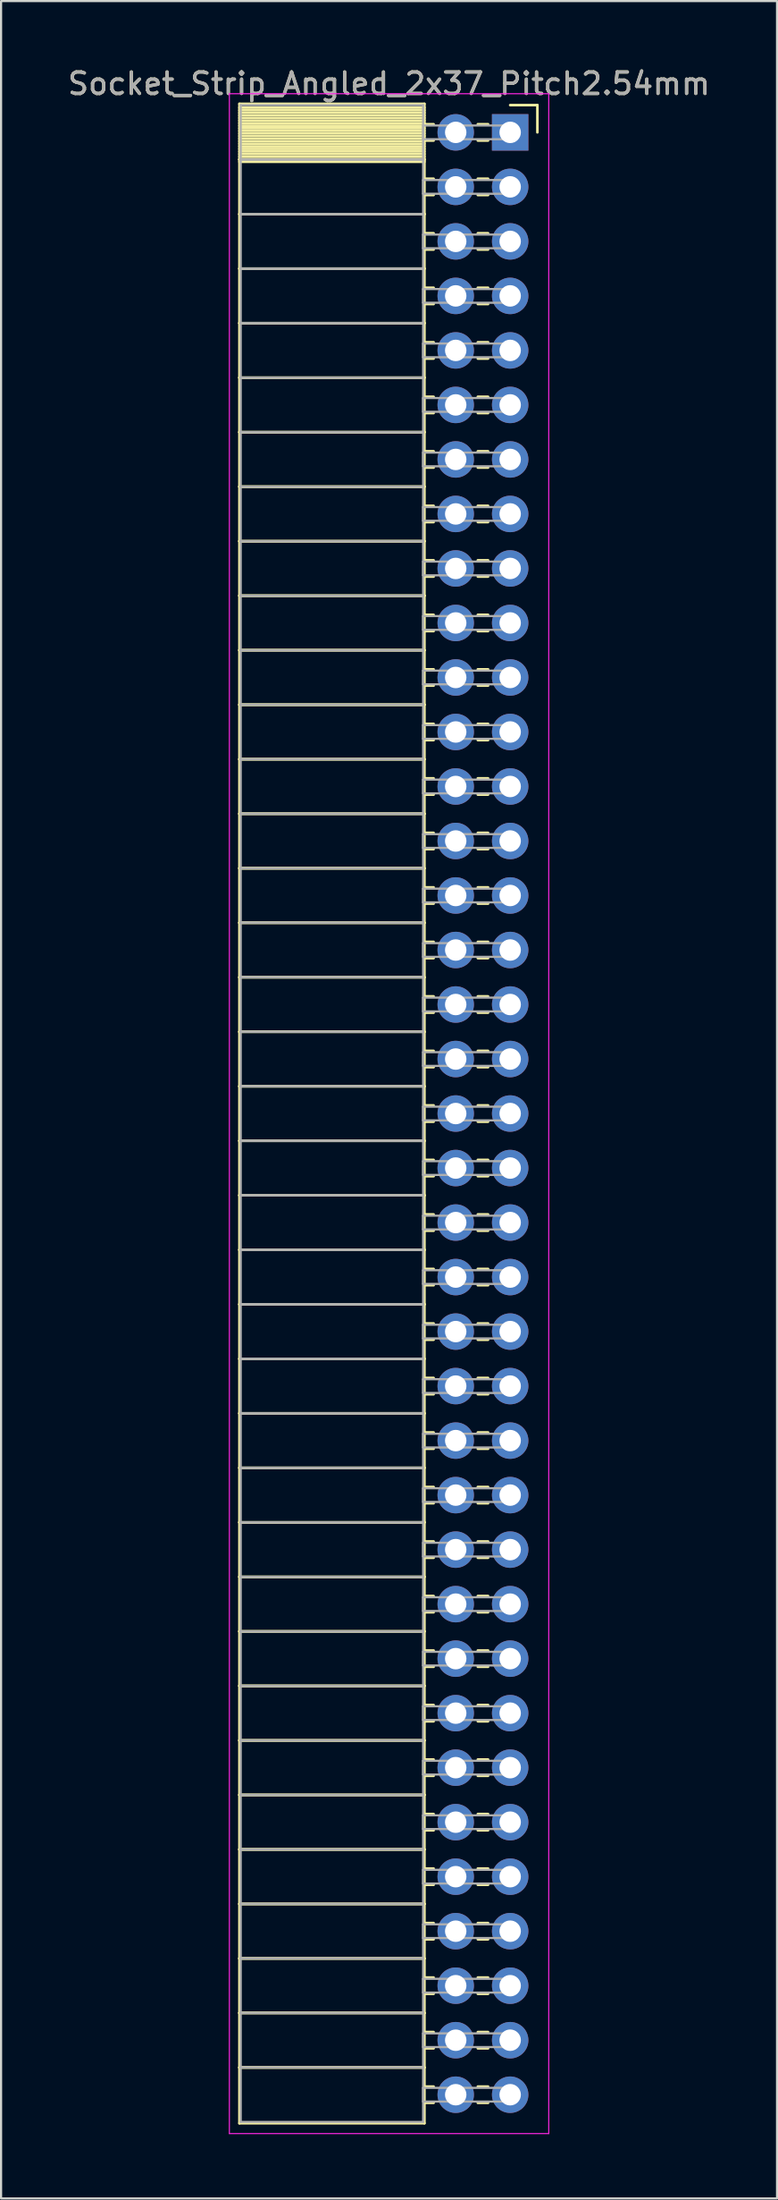
<source format=kicad_pcb>
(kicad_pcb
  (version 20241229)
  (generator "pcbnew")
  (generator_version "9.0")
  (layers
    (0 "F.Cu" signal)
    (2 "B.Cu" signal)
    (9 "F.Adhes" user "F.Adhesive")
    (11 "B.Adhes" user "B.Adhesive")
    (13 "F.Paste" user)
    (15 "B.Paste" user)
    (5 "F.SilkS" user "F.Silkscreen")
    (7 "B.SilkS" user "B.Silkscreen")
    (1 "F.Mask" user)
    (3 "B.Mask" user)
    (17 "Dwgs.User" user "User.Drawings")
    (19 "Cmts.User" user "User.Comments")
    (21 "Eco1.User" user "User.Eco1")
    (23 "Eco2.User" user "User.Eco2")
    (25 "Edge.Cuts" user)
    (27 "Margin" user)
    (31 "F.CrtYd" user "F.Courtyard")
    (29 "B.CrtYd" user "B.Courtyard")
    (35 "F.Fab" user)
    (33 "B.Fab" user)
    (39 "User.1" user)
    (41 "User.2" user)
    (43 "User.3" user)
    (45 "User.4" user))
  (footprint "Socket_Strip_Angled_2x37_Pitch2.54mm"
    (layer "F.Cu")
    (at 20.751 3.118)
    (property "Reference" "Socket_Strip_Angled_2x37_Pitch2.54mm" (at -5.65 -2.27 0) (layer "F.SilkS") (effects (font (size 1 1) (thickness 0.15))))
    (attr through_hole)
    (fp_line (start -12.63 -1.33) (end -4 -1.33) (stroke (width 0.12) (type solid)) (layer "F.SilkS"))
    (fp_line (start -12.63 1.27) (end -12.63 -1.33) (stroke (width 0.12) (type solid)) (layer "F.SilkS"))
    (fp_line (start -12.63 1.27) (end -4 1.27) (stroke (width 0.12) (type solid)) (layer "F.SilkS"))
    (fp_line (start -12.63 3.81) (end -12.63 1.27) (stroke (width 0.12) (type solid)) (layer "F.SilkS"))
    (fp_line (start -12.63 3.81) (end -4 3.81) (stroke (width 0.12) (type solid)) (layer "F.SilkS"))
    (fp_line (start -12.63 6.35) (end -12.63 3.81) (stroke (width 0.12) (type solid)) (layer "F.SilkS"))
    (fp_line (start -12.63 6.35) (end -4 6.35) (stroke (width 0.12) (type solid)) (layer "F.SilkS"))
    (fp_line (start -12.63 8.89) (end -12.63 6.35) (stroke (width 0.12) (type solid)) (layer "F.SilkS"))
    (fp_line (start -12.63 8.89) (end -4 8.89) (stroke (width 0.12) (type solid)) (layer "F.SilkS"))
    (fp_line (start -12.63 11.43) (end -12.63 8.89) (stroke (width 0.12) (type solid)) (layer "F.SilkS"))
    (fp_line (start -12.63 11.43) (end -4 11.43) (stroke (width 0.12) (type solid)) (layer "F.SilkS"))
    (fp_line (start -12.63 13.97) (end -12.63 11.43) (stroke (width 0.12) (type solid)) (layer "F.SilkS"))
    (fp_line (start -12.63 13.97) (end -4 13.97) (stroke (width 0.12) (type solid)) (layer "F.SilkS"))
    (fp_line (start -12.63 16.51) (end -12.63 13.97) (stroke (width 0.12) (type solid)) (layer "F.SilkS"))
    (fp_line (start -12.63 16.51) (end -4 16.51) (stroke (width 0.12) (type solid)) (layer "F.SilkS"))
    (fp_line (start -12.63 19.05) (end -12.63 16.51) (stroke (width 0.12) (type solid)) (layer "F.SilkS"))
    (fp_line (start -12.63 19.05) (end -4 19.05) (stroke (width 0.12) (type solid)) (layer "F.SilkS"))
    (fp_line (start -12.63 21.59) (end -12.63 19.05) (stroke (width 0.12) (type solid)) (layer "F.SilkS"))
    (fp_line (start -12.63 21.59) (end -4 21.59) (stroke (width 0.12) (type solid)) (layer "F.SilkS"))
    (fp_line (start -12.63 24.13) (end -12.63 21.59) (stroke (width 0.12) (type solid)) (layer "F.SilkS"))
    (fp_line (start -12.63 24.13) (end -4 24.13) (stroke (width 0.12) (type solid)) (layer "F.SilkS"))
    (fp_line (start -12.63 26.67) (end -12.63 24.13) (stroke (width 0.12) (type solid)) (layer "F.SilkS"))
    (fp_line (start -12.63 26.67) (end -4 26.67) (stroke (width 0.12) (type solid)) (layer "F.SilkS"))
    (fp_line (start -12.63 29.21) (end -12.63 26.67) (stroke (width 0.12) (type solid)) (layer "F.SilkS"))
    (fp_line (start -12.63 29.21) (end -4 29.21) (stroke (width 0.12) (type solid)) (layer "F.SilkS"))
    (fp_line (start -12.63 31.75) (end -12.63 29.21) (stroke (width 0.12) (type solid)) (layer "F.SilkS"))
    (fp_line (start -12.63 31.75) (end -4 31.75) (stroke (width 0.12) (type solid)) (layer "F.SilkS"))
    (fp_line (start -12.63 34.29) (end -12.63 31.75) (stroke (width 0.12) (type solid)) (layer "F.SilkS"))
    (fp_line (start -12.63 34.29) (end -4 34.29) (stroke (width 0.12) (type solid)) (layer "F.SilkS"))
    (fp_line (start -12.63 36.83) (end -12.63 34.29) (stroke (width 0.12) (type solid)) (layer "F.SilkS"))
    (fp_line (start -12.63 36.83) (end -4 36.83) (stroke (width 0.12) (type solid)) (layer "F.SilkS"))
    (fp_line (start -12.63 39.37) (end -12.63 36.83) (stroke (width 0.12) (type solid)) (layer "F.SilkS"))
    (fp_line (start -12.63 39.37) (end -4 39.37) (stroke (width 0.12) (type solid)) (layer "F.SilkS"))
    (fp_line (start -12.63 41.91) (end -12.63 39.37) (stroke (width 0.12) (type solid)) (layer "F.SilkS"))
    (fp_line (start -12.63 41.91) (end -4 41.91) (stroke (width 0.12) (type solid)) (layer "F.SilkS"))
    (fp_line (start -12.63 44.45) (end -12.63 41.91) (stroke (width 0.12) (type solid)) (layer "F.SilkS"))
    (fp_line (start -12.63 44.45) (end -4 44.45) (stroke (width 0.12) (type solid)) (layer "F.SilkS"))
    (fp_line (start -12.63 46.99) (end -12.63 44.45) (stroke (width 0.12) (type solid)) (layer "F.SilkS"))
    (fp_line (start -12.63 46.99) (end -4 46.99) (stroke (width 0.12) (type solid)) (layer "F.SilkS"))
    (fp_line (start -12.63 49.53) (end -12.63 46.99) (stroke (width 0.12) (type solid)) (layer "F.SilkS"))
    (fp_line (start -12.63 49.53) (end -4 49.53) (stroke (width 0.12) (type solid)) (layer "F.SilkS"))
    (fp_line (start -12.63 52.07) (end -12.63 49.53) (stroke (width 0.12) (type solid)) (layer "F.SilkS"))
    (fp_line (start -12.63 52.07) (end -4 52.07) (stroke (width 0.12) (type solid)) (layer "F.SilkS"))
    (fp_line (start -12.63 54.61) (end -12.63 52.07) (stroke (width 0.12) (type solid)) (layer "F.SilkS"))
    (fp_line (start -12.63 54.61) (end -4 54.61) (stroke (width 0.12) (type solid)) (layer "F.SilkS"))
    (fp_line (start -12.63 57.15) (end -12.63 54.61) (stroke (width 0.12) (type solid)) (layer "F.SilkS"))
    (fp_line (start -12.63 57.15) (end -4 57.15) (stroke (width 0.12) (type solid)) (layer "F.SilkS"))
    (fp_line (start -12.63 59.69) (end -12.63 57.15) (stroke (width 0.12) (type solid)) (layer "F.SilkS"))
    (fp_line (start -12.63 59.69) (end -4 59.69) (stroke (width 0.12) (type solid)) (layer "F.SilkS"))
    (fp_line (start -12.63 62.23) (end -12.63 59.69) (stroke (width 0.12) (type solid)) (layer "F.SilkS"))
    (fp_line (start -12.63 62.23) (end -4 62.23) (stroke (width 0.12) (type solid)) (layer "F.SilkS"))
    (fp_line (start -12.63 64.77) (end -12.63 62.23) (stroke (width 0.12) (type solid)) (layer "F.SilkS"))
    (fp_line (start -12.63 64.77) (end -4 64.77) (stroke (width 0.12) (type solid)) (layer "F.SilkS"))
    (fp_line (start -12.63 67.31) (end -12.63 64.77) (stroke (width 0.12) (type solid)) (layer "F.SilkS"))
    (fp_line (start -12.63 67.31) (end -4 67.31) (stroke (width 0.12) (type solid)) (layer "F.SilkS"))
    (fp_line (start -12.63 69.85) (end -12.63 67.31) (stroke (width 0.12) (type solid)) (layer "F.SilkS"))
    (fp_line (start -12.63 69.85) (end -4 69.85) (stroke (width 0.12) (type solid)) (layer "F.SilkS"))
    (fp_line (start -12.63 72.39) (end -12.63 69.85) (stroke (width 0.12) (type solid)) (layer "F.SilkS"))
    (fp_line (start -12.63 72.39) (end -4 72.39) (stroke (width 0.12) (type solid)) (layer "F.SilkS"))
    (fp_line (start -12.63 74.93) (end -12.63 72.39) (stroke (width 0.12) (type solid)) (layer "F.SilkS"))
    (fp_line (start -12.63 74.93) (end -4 74.93) (stroke (width 0.12) (type solid)) (layer "F.SilkS"))
    (fp_line (start -12.63 77.47) (end -12.63 74.93) (stroke (width 0.12) (type solid)) (layer "F.SilkS"))
    (fp_line (start -12.63 77.47) (end -4 77.47) (stroke (width 0.12) (type solid)) (layer "F.SilkS"))
    (fp_line (start -12.63 80.01) (end -12.63 77.47) (stroke (width 0.12) (type solid)) (layer "F.SilkS"))
    (fp_line (start -12.63 80.01) (end -4 80.01) (stroke (width 0.12) (type solid)) (layer "F.SilkS"))
    (fp_line (start -12.63 82.55) (end -12.63 80.01) (stroke (width 0.12) (type solid)) (layer "F.SilkS"))
    (fp_line (start -12.63 82.55) (end -4 82.55) (stroke (width 0.12) (type solid)) (layer "F.SilkS"))
    (fp_line (start -12.63 85.09) (end -12.63 82.55) (stroke (width 0.12) (type solid)) (layer "F.SilkS"))
    (fp_line (start -12.63 85.09) (end -4 85.09) (stroke (width 0.12) (type solid)) (layer "F.SilkS"))
    (fp_line (start -12.63 87.63) (end -12.63 85.09) (stroke (width 0.12) (type solid)) (layer "F.SilkS"))
    (fp_line (start -12.63 87.63) (end -4 87.63) (stroke (width 0.12) (type solid)) (layer "F.SilkS"))
    (fp_line (start -12.63 90.17) (end -12.63 87.63) (stroke (width 0.12) (type solid)) (layer "F.SilkS"))
    (fp_line (start -12.63 90.17) (end -4 90.17) (stroke (width 0.12) (type solid)) (layer "F.SilkS"))
    (fp_line (start -12.63 92.77) (end -12.63 90.17) (stroke (width 0.12) (type solid)) (layer "F.SilkS"))
    (fp_line (start -4 -1.33) (end -4 1.27) (stroke (width 0.12) (type solid)) (layer "F.SilkS"))
    (fp_line (start -4 -1.15) (end -12.63 -1.15) (stroke (width 0.12) (type solid)) (layer "F.SilkS"))
    (fp_line (start -4 -1.03) (end -12.63 -1.03) (stroke (width 0.12) (type solid)) (layer "F.SilkS"))
    (fp_line (start -4 -0.91) (end -12.63 -0.91) (stroke (width 0.12) (type solid)) (layer "F.SilkS"))
    (fp_line (start -4 -0.79) (end -12.63 -0.79) (stroke (width 0.12) (type solid)) (layer "F.SilkS"))
    (fp_line (start -4 -0.67) (end -12.63 -0.67) (stroke (width 0.12) (type solid)) (layer "F.SilkS"))
    (fp_line (start -4 -0.55) (end -12.63 -0.55) (stroke (width 0.12) (type solid)) (layer "F.SilkS"))
    (fp_line (start -4 -0.43) (end -12.63 -0.43) (stroke (width 0.12) (type solid)) (layer "F.SilkS"))
    (fp_line (start -4 -0.31) (end -12.63 -0.31) (stroke (width 0.12) (type solid)) (layer "F.SilkS"))
    (fp_line (start -4 -0.19) (end -12.63 -0.19) (stroke (width 0.12) (type solid)) (layer "F.SilkS"))
    (fp_line (start -4 -0.07) (end -12.63 -0.07) (stroke (width 0.12) (type solid)) (layer "F.SilkS"))
    (fp_line (start -4 0.05) (end -12.63 0.05) (stroke (width 0.12) (type solid)) (layer "F.SilkS"))
    (fp_line (start -4 0.17) (end -12.63 0.17) (stroke (width 0.12) (type solid)) (layer "F.SilkS"))
    (fp_line (start -4 0.29) (end -12.63 0.29) (stroke (width 0.12) (type solid)) (layer "F.SilkS"))
    (fp_line (start -4 0.41) (end -12.63 0.41) (stroke (width 0.12) (type solid)) (layer "F.SilkS"))
    (fp_line (start -4 0.53) (end -12.63 0.53) (stroke (width 0.12) (type solid)) (layer "F.SilkS"))
    (fp_line (start -4 0.65) (end -12.63 0.65) (stroke (width 0.12) (type solid)) (layer "F.SilkS"))
    (fp_line (start -4 0.77) (end -12.63 0.77) (stroke (width 0.12) (type solid)) (layer "F.SilkS"))
    (fp_line (start -4 0.89) (end -12.63 0.89) (stroke (width 0.12) (type solid)) (layer "F.SilkS"))
    (fp_line (start -4 1.01) (end -12.63 1.01) (stroke (width 0.12) (type solid)) (layer "F.SilkS"))
    (fp_line (start -4 1.13) (end -12.63 1.13) (stroke (width 0.12) (type solid)) (layer "F.SilkS"))
    (fp_line (start -4 1.25) (end -12.63 1.25) (stroke (width 0.12) (type solid)) (layer "F.SilkS"))
    (fp_line (start -4 1.27) (end -12.63 1.27) (stroke (width 0.12) (type solid)) (layer "F.SilkS"))
    (fp_line (start -4 1.27) (end -4 3.81) (stroke (width 0.12) (type solid)) (layer "F.SilkS"))
    (fp_line (start -4 1.37) (end -12.63 1.37) (stroke (width 0.12) (type solid)) (layer "F.SilkS"))
    (fp_line (start -4 3.81) (end -12.63 3.81) (stroke (width 0.12) (type solid)) (layer "F.SilkS"))
    (fp_line (start -4 3.81) (end -4 6.35) (stroke (width 0.12) (type solid)) (layer "F.SilkS"))
    (fp_line (start -4 6.35) (end -12.63 6.35) (stroke (width 0.12) (type solid)) (layer "F.SilkS"))
    (fp_line (start -4 6.35) (end -4 8.89) (stroke (width 0.12) (type solid)) (layer "F.SilkS"))
    (fp_line (start -4 8.89) (end -12.63 8.89) (stroke (width 0.12) (type solid)) (layer "F.SilkS"))
    (fp_line (start -4 8.89) (end -4 11.43) (stroke (width 0.12) (type solid)) (layer "F.SilkS"))
    (fp_line (start -4 11.43) (end -12.63 11.43) (stroke (width 0.12) (type solid)) (layer "F.SilkS"))
    (fp_line (start -4 11.43) (end -4 13.97) (stroke (width 0.12) (type solid)) (layer "F.SilkS"))
    (fp_line (start -4 13.97) (end -12.63 13.97) (stroke (width 0.12) (type solid)) (layer "F.SilkS"))
    (fp_line (start -4 13.97) (end -4 16.51) (stroke (width 0.12) (type solid)) (layer "F.SilkS"))
    (fp_line (start -4 16.51) (end -12.63 16.51) (stroke (width 0.12) (type solid)) (layer "F.SilkS"))
    (fp_line (start -4 16.51) (end -4 19.05) (stroke (width 0.12) (type solid)) (layer "F.SilkS"))
    (fp_line (start -4 19.05) (end -12.63 19.05) (stroke (width 0.12) (type solid)) (layer "F.SilkS"))
    (fp_line (start -4 19.05) (end -4 21.59) (stroke (width 0.12) (type solid)) (layer "F.SilkS"))
    (fp_line (start -4 21.59) (end -12.63 21.59) (stroke (width 0.12) (type solid)) (layer "F.SilkS"))
    (fp_line (start -4 21.59) (end -4 24.13) (stroke (width 0.12) (type solid)) (layer "F.SilkS"))
    (fp_line (start -4 24.13) (end -12.63 24.13) (stroke (width 0.12) (type solid)) (layer "F.SilkS"))
    (fp_line (start -4 24.13) (end -4 26.67) (stroke (width 0.12) (type solid)) (layer "F.SilkS"))
    (fp_line (start -4 26.67) (end -12.63 26.67) (stroke (width 0.12) (type solid)) (layer "F.SilkS"))
    (fp_line (start -4 26.67) (end -4 29.21) (stroke (width 0.12) (type solid)) (layer "F.SilkS"))
    (fp_line (start -4 29.21) (end -12.63 29.21) (stroke (width 0.12) (type solid)) (layer "F.SilkS"))
    (fp_line (start -4 29.21) (end -4 31.75) (stroke (width 0.12) (type solid)) (layer "F.SilkS"))
    (fp_line (start -4 31.75) (end -12.63 31.75) (stroke (width 0.12) (type solid)) (layer "F.SilkS"))
    (fp_line (start -4 31.75) (end -4 34.29) (stroke (width 0.12) (type solid)) (layer "F.SilkS"))
    (fp_line (start -4 34.29) (end -12.63 34.29) (stroke (width 0.12) (type solid)) (layer "F.SilkS"))
    (fp_line (start -4 34.29) (end -4 36.83) (stroke (width 0.12) (type solid)) (layer "F.SilkS"))
    (fp_line (start -4 36.83) (end -12.63 36.83) (stroke (width 0.12) (type solid)) (layer "F.SilkS"))
    (fp_line (start -4 36.83) (end -4 39.37) (stroke (width 0.12) (type solid)) (layer "F.SilkS"))
    (fp_line (start -4 39.37) (end -12.63 39.37) (stroke (width 0.12) (type solid)) (layer "F.SilkS"))
    (fp_line (start -4 39.37) (end -4 41.91) (stroke (width 0.12) (type solid)) (layer "F.SilkS"))
    (fp_line (start -4 41.91) (end -12.63 41.91) (stroke (width 0.12) (type solid)) (layer "F.SilkS"))
    (fp_line (start -4 41.91) (end -4 44.45) (stroke (width 0.12) (type solid)) (layer "F.SilkS"))
    (fp_line (start -4 44.45) (end -12.63 44.45) (stroke (width 0.12) (type solid)) (layer "F.SilkS"))
    (fp_line (start -4 44.45) (end -4 46.99) (stroke (width 0.12) (type solid)) (layer "F.SilkS"))
    (fp_line (start -4 46.99) (end -12.63 46.99) (stroke (width 0.12) (type solid)) (layer "F.SilkS"))
    (fp_line (start -4 46.99) (end -4 49.53) (stroke (width 0.12) (type solid)) (layer "F.SilkS"))
    (fp_line (start -4 49.53) (end -12.63 49.53) (stroke (width 0.12) (type solid)) (layer "F.SilkS"))
    (fp_line (start -4 49.53) (end -4 52.07) (stroke (width 0.12) (type solid)) (layer "F.SilkS"))
    (fp_line (start -4 52.07) (end -12.63 52.07) (stroke (width 0.12) (type solid)) (layer "F.SilkS"))
    (fp_line (start -4 52.07) (end -4 54.61) (stroke (width 0.12) (type solid)) (layer "F.SilkS"))
    (fp_line (start -4 54.61) (end -12.63 54.61) (stroke (width 0.12) (type solid)) (layer "F.SilkS"))
    (fp_line (start -4 54.61) (end -4 57.15) (stroke (width 0.12) (type solid)) (layer "F.SilkS"))
    (fp_line (start -4 57.15) (end -12.63 57.15) (stroke (width 0.12) (type solid)) (layer "F.SilkS"))
    (fp_line (start -4 57.15) (end -4 59.69) (stroke (width 0.12) (type solid)) (layer "F.SilkS"))
    (fp_line (start -4 59.69) (end -12.63 59.69) (stroke (width 0.12) (type solid)) (layer "F.SilkS"))
    (fp_line (start -4 59.69) (end -4 62.23) (stroke (width 0.12) (type solid)) (layer "F.SilkS"))
    (fp_line (start -4 62.23) (end -12.63 62.23) (stroke (width 0.12) (type solid)) (layer "F.SilkS"))
    (fp_line (start -4 62.23) (end -4 64.77) (stroke (width 0.12) (type solid)) (layer "F.SilkS"))
    (fp_line (start -4 64.77) (end -12.63 64.77) (stroke (width 0.12) (type solid)) (layer "F.SilkS"))
    (fp_line (start -4 64.77) (end -4 67.31) (stroke (width 0.12) (type solid)) (layer "F.SilkS"))
    (fp_line (start -4 67.31) (end -12.63 67.31) (stroke (width 0.12) (type solid)) (layer "F.SilkS"))
    (fp_line (start -4 67.31) (end -4 69.85) (stroke (width 0.12) (type solid)) (layer "F.SilkS"))
    (fp_line (start -4 69.85) (end -12.63 69.85) (stroke (width 0.12) (type solid)) (layer "F.SilkS"))
    (fp_line (start -4 69.85) (end -4 72.39) (stroke (width 0.12) (type solid)) (layer "F.SilkS"))
    (fp_line (start -4 72.39) (end -12.63 72.39) (stroke (width 0.12) (type solid)) (layer "F.SilkS"))
    (fp_line (start -4 72.39) (end -4 74.93) (stroke (width 0.12) (type solid)) (layer "F.SilkS"))
    (fp_line (start -4 74.93) (end -12.63 74.93) (stroke (width 0.12) (type solid)) (layer "F.SilkS"))
    (fp_line (start -4 74.93) (end -4 77.47) (stroke (width 0.12) (type solid)) (layer "F.SilkS"))
    (fp_line (start -4 77.47) (end -12.63 77.47) (stroke (width 0.12) (type solid)) (layer "F.SilkS"))
    (fp_line (start -4 77.47) (end -4 80.01) (stroke (width 0.12) (type solid)) (layer "F.SilkS"))
    (fp_line (start -4 80.01) (end -12.63 80.01) (stroke (width 0.12) (type solid)) (layer "F.SilkS"))
    (fp_line (start -4 80.01) (end -4 82.55) (stroke (width 0.12) (type solid)) (layer "F.SilkS"))
    (fp_line (start -4 82.55) (end -12.63 82.55) (stroke (width 0.12) (type solid)) (layer "F.SilkS"))
    (fp_line (start -4 82.55) (end -4 85.09) (stroke (width 0.12) (type solid)) (layer "F.SilkS"))
    (fp_line (start -4 85.09) (end -12.63 85.09) (stroke (width 0.12) (type solid)) (layer "F.SilkS"))
    (fp_line (start -4 85.09) (end -4 87.63) (stroke (width 0.12) (type solid)) (layer "F.SilkS"))
    (fp_line (start -4 87.63) (end -12.63 87.63) (stroke (width 0.12) (type solid)) (layer "F.SilkS"))
    (fp_line (start -4 87.63) (end -4 90.17) (stroke (width 0.12) (type solid)) (layer "F.SilkS"))
    (fp_line (start -4 90.17) (end -12.63 90.17) (stroke (width 0.12) (type solid)) (layer "F.SilkS"))
    (fp_line (start -4 90.17) (end -4 92.77) (stroke (width 0.12) (type solid)) (layer "F.SilkS"))
    (fp_line (start -4 92.77) (end -12.63 92.77) (stroke (width 0.12) (type solid)) (layer "F.SilkS"))
    (fp_line (start -3.57 -0.38) (end -4 -0.38) (stroke (width 0.12) (type solid)) (layer "F.SilkS"))
    (fp_line (start -3.57 0.38) (end -4 0.38) (stroke (width 0.12) (type solid)) (layer "F.SilkS"))
    (fp_line (start -3.57 2.16) (end -4 2.16) (stroke (width 0.12) (type solid)) (layer "F.SilkS"))
    (fp_line (start -3.57 2.92) (end -4 2.92) (stroke (width 0.12) (type solid)) (layer "F.SilkS"))
    (fp_line (start -3.57 4.7) (end -4 4.7) (stroke (width 0.12) (type solid)) (layer "F.SilkS"))
    (fp_line (start -3.57 5.46) (end -4 5.46) (stroke (width 0.12) (type solid)) (layer "F.SilkS"))
    (fp_line (start -3.57 7.24) (end -4 7.24) (stroke (width 0.12) (type solid)) (layer "F.SilkS"))
    (fp_line (start -3.57 8) (end -4 8) (stroke (width 0.12) (type solid)) (layer "F.SilkS"))
    (fp_line (start -3.57 9.78) (end -4 9.78) (stroke (width 0.12) (type solid)) (layer "F.SilkS"))
    (fp_line (start -3.57 10.54) (end -4 10.54) (stroke (width 0.12) (type solid)) (layer "F.SilkS"))
    (fp_line (start -3.57 12.32) (end -4 12.32) (stroke (width 0.12) (type solid)) (layer "F.SilkS"))
    (fp_line (start -3.57 13.08) (end -4 13.08) (stroke (width 0.12) (type solid)) (layer "F.SilkS"))
    (fp_line (start -3.57 14.86) (end -4 14.86) (stroke (width 0.12) (type solid)) (layer "F.SilkS"))
    (fp_line (start -3.57 15.62) (end -4 15.62) (stroke (width 0.12) (type solid)) (layer "F.SilkS"))
    (fp_line (start -3.57 17.4) (end -4 17.4) (stroke (width 0.12) (type solid)) (layer "F.SilkS"))
    (fp_line (start -3.57 18.16) (end -4 18.16) (stroke (width 0.12) (type solid)) (layer "F.SilkS"))
    (fp_line (start -3.57 19.94) (end -4 19.94) (stroke (width 0.12) (type solid)) (layer "F.SilkS"))
    (fp_line (start -3.57 20.7) (end -4 20.7) (stroke (width 0.12) (type solid)) (layer "F.SilkS"))
    (fp_line (start -3.57 22.48) (end -4 22.48) (stroke (width 0.12) (type solid)) (layer "F.SilkS"))
    (fp_line (start -3.57 23.24) (end -4 23.24) (stroke (width 0.12) (type solid)) (layer "F.SilkS"))
    (fp_line (start -3.57 25.02) (end -4 25.02) (stroke (width 0.12) (type solid)) (layer "F.SilkS"))
    (fp_line (start -3.57 25.78) (end -4 25.78) (stroke (width 0.12) (type solid)) (layer "F.SilkS"))
    (fp_line (start -3.57 27.56) (end -4 27.56) (stroke (width 0.12) (type solid)) (layer "F.SilkS"))
    (fp_line (start -3.57 28.32) (end -4 28.32) (stroke (width 0.12) (type solid)) (layer "F.SilkS"))
    (fp_line (start -3.57 30.1) (end -4 30.1) (stroke (width 0.12) (type solid)) (layer "F.SilkS"))
    (fp_line (start -3.57 30.86) (end -4 30.86) (stroke (width 0.12) (type solid)) (layer "F.SilkS"))
    (fp_line (start -3.57 32.64) (end -4 32.64) (stroke (width 0.12) (type solid)) (layer "F.SilkS"))
    (fp_line (start -3.57 33.4) (end -4 33.4) (stroke (width 0.12) (type solid)) (layer "F.SilkS"))
    (fp_line (start -3.57 35.18) (end -4 35.18) (stroke (width 0.12) (type solid)) (layer "F.SilkS"))
    (fp_line (start -3.57 35.94) (end -4 35.94) (stroke (width 0.12) (type solid)) (layer "F.SilkS"))
    (fp_line (start -3.57 37.72) (end -4 37.72) (stroke (width 0.12) (type solid)) (layer "F.SilkS"))
    (fp_line (start -3.57 38.48) (end -4 38.48) (stroke (width 0.12) (type solid)) (layer "F.SilkS"))
    (fp_line (start -3.57 40.26) (end -4 40.26) (stroke (width 0.12) (type solid)) (layer "F.SilkS"))
    (fp_line (start -3.57 41.02) (end -4 41.02) (stroke (width 0.12) (type solid)) (layer "F.SilkS"))
    (fp_line (start -3.57 42.8) (end -4 42.8) (stroke (width 0.12) (type solid)) (layer "F.SilkS"))
    (fp_line (start -3.57 43.56) (end -4 43.56) (stroke (width 0.12) (type solid)) (layer "F.SilkS"))
    (fp_line (start -3.57 45.34) (end -4 45.34) (stroke (width 0.12) (type solid)) (layer "F.SilkS"))
    (fp_line (start -3.57 46.1) (end -4 46.1) (stroke (width 0.12) (type solid)) (layer "F.SilkS"))
    (fp_line (start -3.57 47.88) (end -4 47.88) (stroke (width 0.12) (type solid)) (layer "F.SilkS"))
    (fp_line (start -3.57 48.64) (end -4 48.64) (stroke (width 0.12) (type solid)) (layer "F.SilkS"))
    (fp_line (start -3.57 50.42) (end -4 50.42) (stroke (width 0.12) (type solid)) (layer "F.SilkS"))
    (fp_line (start -3.57 51.18) (end -4 51.18) (stroke (width 0.12) (type solid)) (layer "F.SilkS"))
    (fp_line (start -3.57 52.96) (end -4 52.96) (stroke (width 0.12) (type solid)) (layer "F.SilkS"))
    (fp_line (start -3.57 53.72) (end -4 53.72) (stroke (width 0.12) (type solid)) (layer "F.SilkS"))
    (fp_line (start -3.57 55.5) (end -4 55.5) (stroke (width 0.12) (type solid)) (layer "F.SilkS"))
    (fp_line (start -3.57 56.26) (end -4 56.26) (stroke (width 0.12) (type solid)) (layer "F.SilkS"))
    (fp_line (start -3.57 58.04) (end -4 58.04) (stroke (width 0.12) (type solid)) (layer "F.SilkS"))
    (fp_line (start -3.57 58.8) (end -4 58.8) (stroke (width 0.12) (type solid)) (layer "F.SilkS"))
    (fp_line (start -3.57 60.58) (end -4 60.58) (stroke (width 0.12) (type solid)) (layer "F.SilkS"))
    (fp_line (start -3.57 61.34) (end -4 61.34) (stroke (width 0.12) (type solid)) (layer "F.SilkS"))
    (fp_line (start -3.57 63.12) (end -4 63.12) (stroke (width 0.12) (type solid)) (layer "F.SilkS"))
    (fp_line (start -3.57 63.88) (end -4 63.88) (stroke (width 0.12) (type solid)) (layer "F.SilkS"))
    (fp_line (start -3.57 65.66) (end -4 65.66) (stroke (width 0.12) (type solid)) (layer "F.SilkS"))
    (fp_line (start -3.57 66.42) (end -4 66.42) (stroke (width 0.12) (type solid)) (layer "F.SilkS"))
    (fp_line (start -3.57 68.2) (end -4 68.2) (stroke (width 0.12) (type solid)) (layer "F.SilkS"))
    (fp_line (start -3.57 68.96) (end -4 68.96) (stroke (width 0.12) (type solid)) (layer "F.SilkS"))
    (fp_line (start -3.57 70.74) (end -4 70.74) (stroke (width 0.12) (type solid)) (layer "F.SilkS"))
    (fp_line (start -3.57 71.5) (end -4 71.5) (stroke (width 0.12) (type solid)) (layer "F.SilkS"))
    (fp_line (start -3.57 73.28) (end -4 73.28) (stroke (width 0.12) (type solid)) (layer "F.SilkS"))
    (fp_line (start -3.57 74.04) (end -4 74.04) (stroke (width 0.12) (type solid)) (layer "F.SilkS"))
    (fp_line (start -3.57 75.82) (end -4 75.82) (stroke (width 0.12) (type solid)) (layer "F.SilkS"))
    (fp_line (start -3.57 76.58) (end -4 76.58) (stroke (width 0.12) (type solid)) (layer "F.SilkS"))
    (fp_line (start -3.57 78.36) (end -4 78.36) (stroke (width 0.12) (type solid)) (layer "F.SilkS"))
    (fp_line (start -3.57 79.12) (end -4 79.12) (stroke (width 0.12) (type solid)) (layer "F.SilkS"))
    (fp_line (start -3.57 80.9) (end -4 80.9) (stroke (width 0.12) (type solid)) (layer "F.SilkS"))
    (fp_line (start -3.57 81.66) (end -4 81.66) (stroke (width 0.12) (type solid)) (layer "F.SilkS"))
    (fp_line (start -3.57 83.44) (end -4 83.44) (stroke (width 0.12) (type solid)) (layer "F.SilkS"))
    (fp_line (start -3.57 84.2) (end -4 84.2) (stroke (width 0.12) (type solid)) (layer "F.SilkS"))
    (fp_line (start -3.57 85.98) (end -4 85.98) (stroke (width 0.12) (type solid)) (layer "F.SilkS"))
    (fp_line (start -3.57 86.74) (end -4 86.74) (stroke (width 0.12) (type solid)) (layer "F.SilkS"))
    (fp_line (start -3.57 88.52) (end -4 88.52) (stroke (width 0.12) (type solid)) (layer "F.SilkS"))
    (fp_line (start -3.57 89.28) (end -4 89.28) (stroke (width 0.12) (type solid)) (layer "F.SilkS"))
    (fp_line (start -3.57 91.06) (end -4 91.06) (stroke (width 0.12) (type solid)) (layer "F.SilkS"))
    (fp_line (start -3.57 91.82) (end -4 91.82) (stroke (width 0.12) (type solid)) (layer "F.SilkS"))
    (fp_line (start -1.03 -0.38) (end -1.51 -0.38) (stroke (width 0.12) (type solid)) (layer "F.SilkS"))
    (fp_line (start -1.03 0.38) (end -1.51 0.38) (stroke (width 0.12) (type solid)) (layer "F.SilkS"))
    (fp_line (start -1.03 2.16) (end -1.51 2.16) (stroke (width 0.12) (type solid)) (layer "F.SilkS"))
    (fp_line (start -1.03 2.92) (end -1.51 2.92) (stroke (width 0.12) (type solid)) (layer "F.SilkS"))
    (fp_line (start -1.03 4.7) (end -1.51 4.7) (stroke (width 0.12) (type solid)) (layer "F.SilkS"))
    (fp_line (start -1.03 5.46) (end -1.51 5.46) (stroke (width 0.12) (type solid)) (layer "F.SilkS"))
    (fp_line (start -1.03 7.24) (end -1.51 7.24) (stroke (width 0.12) (type solid)) (layer "F.SilkS"))
    (fp_line (start -1.03 8) (end -1.51 8) (stroke (width 0.12) (type solid)) (layer "F.SilkS"))
    (fp_line (start -1.03 9.78) (end -1.51 9.78) (stroke (width 0.12) (type solid)) (layer "F.SilkS"))
    (fp_line (start -1.03 10.54) (end -1.51 10.54) (stroke (width 0.12) (type solid)) (layer "F.SilkS"))
    (fp_line (start -1.03 12.32) (end -1.51 12.32) (stroke (width 0.12) (type solid)) (layer "F.SilkS"))
    (fp_line (start -1.03 13.08) (end -1.51 13.08) (stroke (width 0.12) (type solid)) (layer "F.SilkS"))
    (fp_line (start -1.03 14.86) (end -1.51 14.86) (stroke (width 0.12) (type solid)) (layer "F.SilkS"))
    (fp_line (start -1.03 15.62) (end -1.51 15.62) (stroke (width 0.12) (type solid)) (layer "F.SilkS"))
    (fp_line (start -1.03 17.4) (end -1.51 17.4) (stroke (width 0.12) (type solid)) (layer "F.SilkS"))
    (fp_line (start -1.03 18.16) (end -1.51 18.16) (stroke (width 0.12) (type solid)) (layer "F.SilkS"))
    (fp_line (start -1.03 19.94) (end -1.51 19.94) (stroke (width 0.12) (type solid)) (layer "F.SilkS"))
    (fp_line (start -1.03 20.7) (end -1.51 20.7) (stroke (width 0.12) (type solid)) (layer "F.SilkS"))
    (fp_line (start -1.03 22.48) (end -1.51 22.48) (stroke (width 0.12) (type solid)) (layer "F.SilkS"))
    (fp_line (start -1.03 23.24) (end -1.51 23.24) (stroke (width 0.12) (type solid)) (layer "F.SilkS"))
    (fp_line (start -1.03 25.02) (end -1.51 25.02) (stroke (width 0.12) (type solid)) (layer "F.SilkS"))
    (fp_line (start -1.03 25.78) (end -1.51 25.78) (stroke (width 0.12) (type solid)) (layer "F.SilkS"))
    (fp_line (start -1.03 27.56) (end -1.51 27.56) (stroke (width 0.12) (type solid)) (layer "F.SilkS"))
    (fp_line (start -1.03 28.32) (end -1.51 28.32) (stroke (width 0.12) (type solid)) (layer "F.SilkS"))
    (fp_line (start -1.03 30.1) (end -1.51 30.1) (stroke (width 0.12) (type solid)) (layer "F.SilkS"))
    (fp_line (start -1.03 30.86) (end -1.51 30.86) (stroke (width 0.12) (type solid)) (layer "F.SilkS"))
    (fp_line (start -1.03 32.64) (end -1.51 32.64) (stroke (width 0.12) (type solid)) (layer "F.SilkS"))
    (fp_line (start -1.03 33.4) (end -1.51 33.4) (stroke (width 0.12) (type solid)) (layer "F.SilkS"))
    (fp_line (start -1.03 35.18) (end -1.51 35.18) (stroke (width 0.12) (type solid)) (layer "F.SilkS"))
    (fp_line (start -1.03 35.94) (end -1.51 35.94) (stroke (width 0.12) (type solid)) (layer "F.SilkS"))
    (fp_line (start -1.03 37.72) (end -1.51 37.72) (stroke (width 0.12) (type solid)) (layer "F.SilkS"))
    (fp_line (start -1.03 38.48) (end -1.51 38.48) (stroke (width 0.12) (type solid)) (layer "F.SilkS"))
    (fp_line (start -1.03 40.26) (end -1.51 40.26) (stroke (width 0.12) (type solid)) (layer "F.SilkS"))
    (fp_line (start -1.03 41.02) (end -1.51 41.02) (stroke (width 0.12) (type solid)) (layer "F.SilkS"))
    (fp_line (start -1.03 42.8) (end -1.51 42.8) (stroke (width 0.12) (type solid)) (layer "F.SilkS"))
    (fp_line (start -1.03 43.56) (end -1.51 43.56) (stroke (width 0.12) (type solid)) (layer "F.SilkS"))
    (fp_line (start -1.03 45.34) (end -1.51 45.34) (stroke (width 0.12) (type solid)) (layer "F.SilkS"))
    (fp_line (start -1.03 46.1) (end -1.51 46.1) (stroke (width 0.12) (type solid)) (layer "F.SilkS"))
    (fp_line (start -1.03 47.88) (end -1.51 47.88) (stroke (width 0.12) (type solid)) (layer "F.SilkS"))
    (fp_line (start -1.03 48.64) (end -1.51 48.64) (stroke (width 0.12) (type solid)) (layer "F.SilkS"))
    (fp_line (start -1.03 50.42) (end -1.51 50.42) (stroke (width 0.12) (type solid)) (layer "F.SilkS"))
    (fp_line (start -1.03 51.18) (end -1.51 51.18) (stroke (width 0.12) (type solid)) (layer "F.SilkS"))
    (fp_line (start -1.03 52.96) (end -1.51 52.96) (stroke (width 0.12) (type solid)) (layer "F.SilkS"))
    (fp_line (start -1.03 53.72) (end -1.51 53.72) (stroke (width 0.12) (type solid)) (layer "F.SilkS"))
    (fp_line (start -1.03 55.5) (end -1.51 55.5) (stroke (width 0.12) (type solid)) (layer "F.SilkS"))
    (fp_line (start -1.03 56.26) (end -1.51 56.26) (stroke (width 0.12) (type solid)) (layer "F.SilkS"))
    (fp_line (start -1.03 58.04) (end -1.51 58.04) (stroke (width 0.12) (type solid)) (layer "F.SilkS"))
    (fp_line (start -1.03 58.8) (end -1.51 58.8) (stroke (width 0.12) (type solid)) (layer "F.SilkS"))
    (fp_line (start -1.03 60.58) (end -1.51 60.58) (stroke (width 0.12) (type solid)) (layer "F.SilkS"))
    (fp_line (start -1.03 61.34) (end -1.51 61.34) (stroke (width 0.12) (type solid)) (layer "F.SilkS"))
    (fp_line (start -1.03 63.12) (end -1.51 63.12) (stroke (width 0.12) (type solid)) (layer "F.SilkS"))
    (fp_line (start -1.03 63.88) (end -1.51 63.88) (stroke (width 0.12) (type solid)) (layer "F.SilkS"))
    (fp_line (start -1.03 65.66) (end -1.51 65.66) (stroke (width 0.12) (type solid)) (layer "F.SilkS"))
    (fp_line (start -1.03 66.42) (end -1.51 66.42) (stroke (width 0.12) (type solid)) (layer "F.SilkS"))
    (fp_line (start -1.03 68.2) (end -1.51 68.2) (stroke (width 0.12) (type solid)) (layer "F.SilkS"))
    (fp_line (start -1.03 68.96) (end -1.51 68.96) (stroke (width 0.12) (type solid)) (layer "F.SilkS"))
    (fp_line (start -1.03 70.74) (end -1.51 70.74) (stroke (width 0.12) (type solid)) (layer "F.SilkS"))
    (fp_line (start -1.03 71.5) (end -1.51 71.5) (stroke (width 0.12) (type solid)) (layer "F.SilkS"))
    (fp_line (start -1.03 73.28) (end -1.51 73.28) (stroke (width 0.12) (type solid)) (layer "F.SilkS"))
    (fp_line (start -1.03 74.04) (end -1.51 74.04) (stroke (width 0.12) (type solid)) (layer "F.SilkS"))
    (fp_line (start -1.03 75.82) (end -1.51 75.82) (stroke (width 0.12) (type solid)) (layer "F.SilkS"))
    (fp_line (start -1.03 76.58) (end -1.51 76.58) (stroke (width 0.12) (type solid)) (layer "F.SilkS"))
    (fp_line (start -1.03 78.36) (end -1.51 78.36) (stroke (width 0.12) (type solid)) (layer "F.SilkS"))
    (fp_line (start -1.03 79.12) (end -1.51 79.12) (stroke (width 0.12) (type solid)) (layer "F.SilkS"))
    (fp_line (start -1.03 80.9) (end -1.51 80.9) (stroke (width 0.12) (type solid)) (layer "F.SilkS"))
    (fp_line (start -1.03 81.66) (end -1.51 81.66) (stroke (width 0.12) (type solid)) (layer "F.SilkS"))
    (fp_line (start -1.03 83.44) (end -1.51 83.44) (stroke (width 0.12) (type solid)) (layer "F.SilkS"))
    (fp_line (start -1.03 84.2) (end -1.51 84.2) (stroke (width 0.12) (type solid)) (layer "F.SilkS"))
    (fp_line (start -1.03 85.98) (end -1.51 85.98) (stroke (width 0.12) (type solid)) (layer "F.SilkS"))
    (fp_line (start -1.03 86.74) (end -1.51 86.74) (stroke (width 0.12) (type solid)) (layer "F.SilkS"))
    (fp_line (start -1.03 88.52) (end -1.51 88.52) (stroke (width 0.12) (type solid)) (layer "F.SilkS"))
    (fp_line (start -1.03 89.28) (end -1.51 89.28) (stroke (width 0.12) (type solid)) (layer "F.SilkS"))
    (fp_line (start -1.03 91.06) (end -1.51 91.06) (stroke (width 0.12) (type solid)) (layer "F.SilkS"))
    (fp_line (start -1.03 91.82) (end -1.51 91.82) (stroke (width 0.12) (type solid)) (layer "F.SilkS"))
    (fp_line (start 0 -1.27) (end 1.27 -1.27) (stroke (width 0.12) (type solid)) (layer "F.SilkS"))
    (fp_line (start 1.27 -1.27) (end 1.27 0) (stroke (width 0.12) (type solid)) (layer "F.SilkS"))
    (fp_line (start -13.1 -1.8) (end 1.8 -1.8) (stroke (width 0.05) (type solid)) (layer "F.CrtYd"))
    (fp_line (start -13.1 93.25) (end -13.1 -1.8) (stroke (width 0.05) (type solid)) (layer "F.CrtYd"))
    (fp_line (start 1.8 -1.8) (end 1.8 93.25) (stroke (width 0.05) (type solid)) (layer "F.CrtYd"))
    (fp_line (start 1.8 93.25) (end -13.1 93.25) (stroke (width 0.05) (type solid)) (layer "F.CrtYd"))
    (fp_line (start -12.57 -1.27) (end -4.06 -1.27) (stroke (width 0.1) (type solid)) (layer "F.Fab"))
    (fp_line (start -12.57 1.27) (end -12.57 -1.27) (stroke (width 0.1) (type solid)) (layer "F.Fab"))
    (fp_line (start -12.57 1.27) (end -4.06 1.27) (stroke (width 0.1) (type solid)) (layer "F.Fab"))
    (fp_line (start -12.57 3.81) (end -12.57 1.27) (stroke (width 0.1) (type solid)) (layer "F.Fab"))
    (fp_line (start -12.57 3.81) (end -4.06 3.81) (stroke (width 0.1) (type solid)) (layer "F.Fab"))
    (fp_line (start -12.57 6.35) (end -12.57 3.81) (stroke (width 0.1) (type solid)) (layer "F.Fab"))
    (fp_line (start -12.57 6.35) (end -4.06 6.35) (stroke (width 0.1) (type solid)) (layer "F.Fab"))
    (fp_line (start -12.57 8.89) (end -12.57 6.35) (stroke (width 0.1) (type solid)) (layer "F.Fab"))
    (fp_line (start -12.57 8.89) (end -4.06 8.89) (stroke (width 0.1) (type solid)) (layer "F.Fab"))
    (fp_line (start -12.57 11.43) (end -12.57 8.89) (stroke (width 0.1) (type solid)) (layer "F.Fab"))
    (fp_line (start -12.57 11.43) (end -4.06 11.43) (stroke (width 0.1) (type solid)) (layer "F.Fab"))
    (fp_line (start -12.57 13.97) (end -12.57 11.43) (stroke (width 0.1) (type solid)) (layer "F.Fab"))
    (fp_line (start -12.57 13.97) (end -4.06 13.97) (stroke (width 0.1) (type solid)) (layer "F.Fab"))
    (fp_line (start -12.57 16.51) (end -12.57 13.97) (stroke (width 0.1) (type solid)) (layer "F.Fab"))
    (fp_line (start -12.57 16.51) (end -4.06 16.51) (stroke (width 0.1) (type solid)) (layer "F.Fab"))
    (fp_line (start -12.57 19.05) (end -12.57 16.51) (stroke (width 0.1) (type solid)) (layer "F.Fab"))
    (fp_line (start -12.57 19.05) (end -4.06 19.05) (stroke (width 0.1) (type solid)) (layer "F.Fab"))
    (fp_line (start -12.57 21.59) (end -12.57 19.05) (stroke (width 0.1) (type solid)) (layer "F.Fab"))
    (fp_line (start -12.57 21.59) (end -4.06 21.59) (stroke (width 0.1) (type solid)) (layer "F.Fab"))
    (fp_line (start -12.57 24.13) (end -12.57 21.59) (stroke (width 0.1) (type solid)) (layer "F.Fab"))
    (fp_line (start -12.57 24.13) (end -4.06 24.13) (stroke (width 0.1) (type solid)) (layer "F.Fab"))
    (fp_line (start -12.57 26.67) (end -12.57 24.13) (stroke (width 0.1) (type solid)) (layer "F.Fab"))
    (fp_line (start -12.57 26.67) (end -4.06 26.67) (stroke (width 0.1) (type solid)) (layer "F.Fab"))
    (fp_line (start -12.57 29.21) (end -12.57 26.67) (stroke (width 0.1) (type solid)) (layer "F.Fab"))
    (fp_line (start -12.57 29.21) (end -4.06 29.21) (stroke (width 0.1) (type solid)) (layer "F.Fab"))
    (fp_line (start -12.57 31.75) (end -12.57 29.21) (stroke (width 0.1) (type solid)) (layer "F.Fab"))
    (fp_line (start -12.57 31.75) (end -4.06 31.75) (stroke (width 0.1) (type solid)) (layer "F.Fab"))
    (fp_line (start -12.57 34.29) (end -12.57 31.75) (stroke (width 0.1) (type solid)) (layer "F.Fab"))
    (fp_line (start -12.57 34.29) (end -4.06 34.29) (stroke (width 0.1) (type solid)) (layer "F.Fab"))
    (fp_line (start -12.57 36.83) (end -12.57 34.29) (stroke (width 0.1) (type solid)) (layer "F.Fab"))
    (fp_line (start -12.57 36.83) (end -4.06 36.83) (stroke (width 0.1) (type solid)) (layer "F.Fab"))
    (fp_line (start -12.57 39.37) (end -12.57 36.83) (stroke (width 0.1) (type solid)) (layer "F.Fab"))
    (fp_line (start -12.57 39.37) (end -4.06 39.37) (stroke (width 0.1) (type solid)) (layer "F.Fab"))
    (fp_line (start -12.57 41.91) (end -12.57 39.37) (stroke (width 0.1) (type solid)) (layer "F.Fab"))
    (fp_line (start -12.57 41.91) (end -4.06 41.91) (stroke (width 0.1) (type solid)) (layer "F.Fab"))
    (fp_line (start -12.57 44.45) (end -12.57 41.91) (stroke (width 0.1) (type solid)) (layer "F.Fab"))
    (fp_line (start -12.57 44.45) (end -4.06 44.45) (stroke (width 0.1) (type solid)) (layer "F.Fab"))
    (fp_line (start -12.57 46.99) (end -12.57 44.45) (stroke (width 0.1) (type solid)) (layer "F.Fab"))
    (fp_line (start -12.57 46.99) (end -4.06 46.99) (stroke (width 0.1) (type solid)) (layer "F.Fab"))
    (fp_line (start -12.57 49.53) (end -12.57 46.99) (stroke (width 0.1) (type solid)) (layer "F.Fab"))
    (fp_line (start -12.57 49.53) (end -4.06 49.53) (stroke (width 0.1) (type solid)) (layer "F.Fab"))
    (fp_line (start -12.57 52.07) (end -12.57 49.53) (stroke (width 0.1) (type solid)) (layer "F.Fab"))
    (fp_line (start -12.57 52.07) (end -4.06 52.07) (stroke (width 0.1) (type solid)) (layer "F.Fab"))
    (fp_line (start -12.57 54.61) (end -12.57 52.07) (stroke (width 0.1) (type solid)) (layer "F.Fab"))
    (fp_line (start -12.57 54.61) (end -4.06 54.61) (stroke (width 0.1) (type solid)) (layer "F.Fab"))
    (fp_line (start -12.57 57.15) (end -12.57 54.61) (stroke (width 0.1) (type solid)) (layer "F.Fab"))
    (fp_line (start -12.57 57.15) (end -4.06 57.15) (stroke (width 0.1) (type solid)) (layer "F.Fab"))
    (fp_line (start -12.57 59.69) (end -12.57 57.15) (stroke (width 0.1) (type solid)) (layer "F.Fab"))
    (fp_line (start -12.57 59.69) (end -4.06 59.69) (stroke (width 0.1) (type solid)) (layer "F.Fab"))
    (fp_line (start -12.57 62.23) (end -12.57 59.69) (stroke (width 0.1) (type solid)) (layer "F.Fab"))
    (fp_line (start -12.57 62.23) (end -4.06 62.23) (stroke (width 0.1) (type solid)) (layer "F.Fab"))
    (fp_line (start -12.57 64.77) (end -12.57 62.23) (stroke (width 0.1) (type solid)) (layer "F.Fab"))
    (fp_line (start -12.57 64.77) (end -4.06 64.77) (stroke (width 0.1) (type solid)) (layer "F.Fab"))
    (fp_line (start -12.57 67.31) (end -12.57 64.77) (stroke (width 0.1) (type solid)) (layer "F.Fab"))
    (fp_line (start -12.57 67.31) (end -4.06 67.31) (stroke (width 0.1) (type solid)) (layer "F.Fab"))
    (fp_line (start -12.57 69.85) (end -12.57 67.31) (stroke (width 0.1) (type solid)) (layer "F.Fab"))
    (fp_line (start -12.57 69.85) (end -4.06 69.85) (stroke (width 0.1) (type solid)) (layer "F.Fab"))
    (fp_line (start -12.57 72.39) (end -12.57 69.85) (stroke (width 0.1) (type solid)) (layer "F.Fab"))
    (fp_line (start -12.57 72.39) (end -4.06 72.39) (stroke (width 0.1) (type solid)) (layer "F.Fab"))
    (fp_line (start -12.57 74.93) (end -12.57 72.39) (stroke (width 0.1) (type solid)) (layer "F.Fab"))
    (fp_line (start -12.57 74.93) (end -4.06 74.93) (stroke (width 0.1) (type solid)) (layer "F.Fab"))
    (fp_line (start -12.57 77.47) (end -12.57 74.93) (stroke (width 0.1) (type solid)) (layer "F.Fab"))
    (fp_line (start -12.57 77.47) (end -4.06 77.47) (stroke (width 0.1) (type solid)) (layer "F.Fab"))
    (fp_line (start -12.57 80.01) (end -12.57 77.47) (stroke (width 0.1) (type solid)) (layer "F.Fab"))
    (fp_line (start -12.57 80.01) (end -4.06 80.01) (stroke (width 0.1) (type solid)) (layer "F.Fab"))
    (fp_line (start -12.57 82.55) (end -12.57 80.01) (stroke (width 0.1) (type solid)) (layer "F.Fab"))
    (fp_line (start -12.57 82.55) (end -4.06 82.55) (stroke (width 0.1) (type solid)) (layer "F.Fab"))
    (fp_line (start -12.57 85.09) (end -12.57 82.55) (stroke (width 0.1) (type solid)) (layer "F.Fab"))
    (fp_line (start -12.57 85.09) (end -4.06 85.09) (stroke (width 0.1) (type solid)) (layer "F.Fab"))
    (fp_line (start -12.57 87.63) (end -12.57 85.09) (stroke (width 0.1) (type solid)) (layer "F.Fab"))
    (fp_line (start -12.57 87.63) (end -4.06 87.63) (stroke (width 0.1) (type solid)) (layer "F.Fab"))
    (fp_line (start -12.57 90.17) (end -12.57 87.63) (stroke (width 0.1) (type solid)) (layer "F.Fab"))
    (fp_line (start -12.57 90.17) (end -4.06 90.17) (stroke (width 0.1) (type solid)) (layer "F.Fab"))
    (fp_line (start -12.57 92.71) (end -12.57 90.17) (stroke (width 0.1) (type solid)) (layer "F.Fab"))
    (fp_line (start -4.06 -1.27) (end -4.06 1.27) (stroke (width 0.1) (type solid)) (layer "F.Fab"))
    (fp_line (start -4.06 -0.32) (end 0 -0.32) (stroke (width 0.1) (type solid)) (layer "F.Fab"))
    (fp_line (start -4.06 0.32) (end -4.06 -0.32) (stroke (width 0.1) (type solid)) (layer "F.Fab"))
    (fp_line (start -4.06 1.27) (end -12.57 1.27) (stroke (width 0.1) (type solid)) (layer "F.Fab"))
    (fp_line (start -4.06 1.27) (end -4.06 3.81) (stroke (width 0.1) (type solid)) (layer "F.Fab"))
    (fp_line (start -4.06 2.22) (end 0 2.22) (stroke (width 0.1) (type solid)) (layer "F.Fab"))
    (fp_line (start -4.06 2.86) (end -4.06 2.22) (stroke (width 0.1) (type solid)) (layer "F.Fab"))
    (fp_line (start -4.06 3.81) (end -12.57 3.81) (stroke (width 0.1) (type solid)) (layer "F.Fab"))
    (fp_line (start -4.06 3.81) (end -4.06 6.35) (stroke (width 0.1) (type solid)) (layer "F.Fab"))
    (fp_line (start -4.06 4.76) (end 0 4.76) (stroke (width 0.1) (type solid)) (layer "F.Fab"))
    (fp_line (start -4.06 5.4) (end -4.06 4.76) (stroke (width 0.1) (type solid)) (layer "F.Fab"))
    (fp_line (start -4.06 6.35) (end -12.57 6.35) (stroke (width 0.1) (type solid)) (layer "F.Fab"))
    (fp_line (start -4.06 6.35) (end -4.06 8.89) (stroke (width 0.1) (type solid)) (layer "F.Fab"))
    (fp_line (start -4.06 7.3) (end 0 7.3) (stroke (width 0.1) (type solid)) (layer "F.Fab"))
    (fp_line (start -4.06 7.94) (end -4.06 7.3) (stroke (width 0.1) (type solid)) (layer "F.Fab"))
    (fp_line (start -4.06 8.89) (end -12.57 8.89) (stroke (width 0.1) (type solid)) (layer "F.Fab"))
    (fp_line (start -4.06 8.89) (end -4.06 11.43) (stroke (width 0.1) (type solid)) (layer "F.Fab"))
    (fp_line (start -4.06 9.84) (end 0 9.84) (stroke (width 0.1) (type solid)) (layer "F.Fab"))
    (fp_line (start -4.06 10.48) (end -4.06 9.84) (stroke (width 0.1) (type solid)) (layer "F.Fab"))
    (fp_line (start -4.06 11.43) (end -12.57 11.43) (stroke (width 0.1) (type solid)) (layer "F.Fab"))
    (fp_line (start -4.06 11.43) (end -4.06 13.97) (stroke (width 0.1) (type solid)) (layer "F.Fab"))
    (fp_line (start -4.06 12.38) (end 0 12.38) (stroke (width 0.1) (type solid)) (layer "F.Fab"))
    (fp_line (start -4.06 13.02) (end -4.06 12.38) (stroke (width 0.1) (type solid)) (layer "F.Fab"))
    (fp_line (start -4.06 13.97) (end -12.57 13.97) (stroke (width 0.1) (type solid)) (layer "F.Fab"))
    (fp_line (start -4.06 13.97) (end -4.06 16.51) (stroke (width 0.1) (type solid)) (layer "F.Fab"))
    (fp_line (start -4.06 14.92) (end 0 14.92) (stroke (width 0.1) (type solid)) (layer "F.Fab"))
    (fp_line (start -4.06 15.56) (end -4.06 14.92) (stroke (width 0.1) (type solid)) (layer "F.Fab"))
    (fp_line (start -4.06 16.51) (end -12.57 16.51) (stroke (width 0.1) (type solid)) (layer "F.Fab"))
    (fp_line (start -4.06 16.51) (end -4.06 19.05) (stroke (width 0.1) (type solid)) (layer "F.Fab"))
    (fp_line (start -4.06 17.46) (end 0 17.46) (stroke (width 0.1) (type solid)) (layer "F.Fab"))
    (fp_line (start -4.06 18.1) (end -4.06 17.46) (stroke (width 0.1) (type solid)) (layer "F.Fab"))
    (fp_line (start -4.06 19.05) (end -12.57 19.05) (stroke (width 0.1) (type solid)) (layer "F.Fab"))
    (fp_line (start -4.06 19.05) (end -4.06 21.59) (stroke (width 0.1) (type solid)) (layer "F.Fab"))
    (fp_line (start -4.06 20) (end 0 20) (stroke (width 0.1) (type solid)) (layer "F.Fab"))
    (fp_line (start -4.06 20.64) (end -4.06 20) (stroke (width 0.1) (type solid)) (layer "F.Fab"))
    (fp_line (start -4.06 21.59) (end -12.57 21.59) (stroke (width 0.1) (type solid)) (layer "F.Fab"))
    (fp_line (start -4.06 21.59) (end -4.06 24.13) (stroke (width 0.1) (type solid)) (layer "F.Fab"))
    (fp_line (start -4.06 22.54) (end 0 22.54) (stroke (width 0.1) (type solid)) (layer "F.Fab"))
    (fp_line (start -4.06 23.18) (end -4.06 22.54) (stroke (width 0.1) (type solid)) (layer "F.Fab"))
    (fp_line (start -4.06 24.13) (end -12.57 24.13) (stroke (width 0.1) (type solid)) (layer "F.Fab"))
    (fp_line (start -4.06 24.13) (end -4.06 26.67) (stroke (width 0.1) (type solid)) (layer "F.Fab"))
    (fp_line (start -4.06 25.08) (end 0 25.08) (stroke (width 0.1) (type solid)) (layer "F.Fab"))
    (fp_line (start -4.06 25.72) (end -4.06 25.08) (stroke (width 0.1) (type solid)) (layer "F.Fab"))
    (fp_line (start -4.06 26.67) (end -12.57 26.67) (stroke (width 0.1) (type solid)) (layer "F.Fab"))
    (fp_line (start -4.06 26.67) (end -4.06 29.21) (stroke (width 0.1) (type solid)) (layer "F.Fab"))
    (fp_line (start -4.06 27.62) (end 0 27.62) (stroke (width 0.1) (type solid)) (layer "F.Fab"))
    (fp_line (start -4.06 28.26) (end -4.06 27.62) (stroke (width 0.1) (type solid)) (layer "F.Fab"))
    (fp_line (start -4.06 29.21) (end -12.57 29.21) (stroke (width 0.1) (type solid)) (layer "F.Fab"))
    (fp_line (start -4.06 29.21) (end -4.06 31.75) (stroke (width 0.1) (type solid)) (layer "F.Fab"))
    (fp_line (start -4.06 30.16) (end 0 30.16) (stroke (width 0.1) (type solid)) (layer "F.Fab"))
    (fp_line (start -4.06 30.8) (end -4.06 30.16) (stroke (width 0.1) (type solid)) (layer "F.Fab"))
    (fp_line (start -4.06 31.75) (end -12.57 31.75) (stroke (width 0.1) (type solid)) (layer "F.Fab"))
    (fp_line (start -4.06 31.75) (end -4.06 34.29) (stroke (width 0.1) (type solid)) (layer "F.Fab"))
    (fp_line (start -4.06 32.7) (end 0 32.7) (stroke (width 0.1) (type solid)) (layer "F.Fab"))
    (fp_line (start -4.06 33.34) (end -4.06 32.7) (stroke (width 0.1) (type solid)) (layer "F.Fab"))
    (fp_line (start -4.06 34.29) (end -12.57 34.29) (stroke (width 0.1) (type solid)) (layer "F.Fab"))
    (fp_line (start -4.06 34.29) (end -4.06 36.83) (stroke (width 0.1) (type solid)) (layer "F.Fab"))
    (fp_line (start -4.06 35.24) (end 0 35.24) (stroke (width 0.1) (type solid)) (layer "F.Fab"))
    (fp_line (start -4.06 35.88) (end -4.06 35.24) (stroke (width 0.1) (type solid)) (layer "F.Fab"))
    (fp_line (start -4.06 36.83) (end -12.57 36.83) (stroke (width 0.1) (type solid)) (layer "F.Fab"))
    (fp_line (start -4.06 36.83) (end -4.06 39.37) (stroke (width 0.1) (type solid)) (layer "F.Fab"))
    (fp_line (start -4.06 37.78) (end 0 37.78) (stroke (width 0.1) (type solid)) (layer "F.Fab"))
    (fp_line (start -4.06 38.42) (end -4.06 37.78) (stroke (width 0.1) (type solid)) (layer "F.Fab"))
    (fp_line (start -4.06 39.37) (end -12.57 39.37) (stroke (width 0.1) (type solid)) (layer "F.Fab"))
    (fp_line (start -4.06 39.37) (end -4.06 41.91) (stroke (width 0.1) (type solid)) (layer "F.Fab"))
    (fp_line (start -4.06 40.32) (end 0 40.32) (stroke (width 0.1) (type solid)) (layer "F.Fab"))
    (fp_line (start -4.06 40.96) (end -4.06 40.32) (stroke (width 0.1) (type solid)) (layer "F.Fab"))
    (fp_line (start -4.06 41.91) (end -12.57 41.91) (stroke (width 0.1) (type solid)) (layer "F.Fab"))
    (fp_line (start -4.06 41.91) (end -4.06 44.45) (stroke (width 0.1) (type solid)) (layer "F.Fab"))
    (fp_line (start -4.06 42.86) (end 0 42.86) (stroke (width 0.1) (type solid)) (layer "F.Fab"))
    (fp_line (start -4.06 43.5) (end -4.06 42.86) (stroke (width 0.1) (type solid)) (layer "F.Fab"))
    (fp_line (start -4.06 44.45) (end -12.57 44.45) (stroke (width 0.1) (type solid)) (layer "F.Fab"))
    (fp_line (start -4.06 44.45) (end -4.06 46.99) (stroke (width 0.1) (type solid)) (layer "F.Fab"))
    (fp_line (start -4.06 45.4) (end 0 45.4) (stroke (width 0.1) (type solid)) (layer "F.Fab"))
    (fp_line (start -4.06 46.04) (end -4.06 45.4) (stroke (width 0.1) (type solid)) (layer "F.Fab"))
    (fp_line (start -4.06 46.99) (end -12.57 46.99) (stroke (width 0.1) (type solid)) (layer "F.Fab"))
    (fp_line (start -4.06 46.99) (end -4.06 49.53) (stroke (width 0.1) (type solid)) (layer "F.Fab"))
    (fp_line (start -4.06 47.94) (end 0 47.94) (stroke (width 0.1) (type solid)) (layer "F.Fab"))
    (fp_line (start -4.06 48.58) (end -4.06 47.94) (stroke (width 0.1) (type solid)) (layer "F.Fab"))
    (fp_line (start -4.06 49.53) (end -12.57 49.53) (stroke (width 0.1) (type solid)) (layer "F.Fab"))
    (fp_line (start -4.06 49.53) (end -4.06 52.07) (stroke (width 0.1) (type solid)) (layer "F.Fab"))
    (fp_line (start -4.06 50.48) (end 0 50.48) (stroke (width 0.1) (type solid)) (layer "F.Fab"))
    (fp_line (start -4.06 51.12) (end -4.06 50.48) (stroke (width 0.1) (type solid)) (layer "F.Fab"))
    (fp_line (start -4.06 52.07) (end -12.57 52.07) (stroke (width 0.1) (type solid)) (layer "F.Fab"))
    (fp_line (start -4.06 52.07) (end -4.06 54.61) (stroke (width 0.1) (type solid)) (layer "F.Fab"))
    (fp_line (start -4.06 53.02) (end 0 53.02) (stroke (width 0.1) (type solid)) (layer "F.Fab"))
    (fp_line (start -4.06 53.66) (end -4.06 53.02) (stroke (width 0.1) (type solid)) (layer "F.Fab"))
    (fp_line (start -4.06 54.61) (end -12.57 54.61) (stroke (width 0.1) (type solid)) (layer "F.Fab"))
    (fp_line (start -4.06 54.61) (end -4.06 57.15) (stroke (width 0.1) (type solid)) (layer "F.Fab"))
    (fp_line (start -4.06 55.56) (end 0 55.56) (stroke (width 0.1) (type solid)) (layer "F.Fab"))
    (fp_line (start -4.06 56.2) (end -4.06 55.56) (stroke (width 0.1) (type solid)) (layer "F.Fab"))
    (fp_line (start -4.06 57.15) (end -12.57 57.15) (stroke (width 0.1) (type solid)) (layer "F.Fab"))
    (fp_line (start -4.06 57.15) (end -4.06 59.69) (stroke (width 0.1) (type solid)) (layer "F.Fab"))
    (fp_line (start -4.06 58.1) (end 0 58.1) (stroke (width 0.1) (type solid)) (layer "F.Fab"))
    (fp_line (start -4.06 58.74) (end -4.06 58.1) (stroke (width 0.1) (type solid)) (layer "F.Fab"))
    (fp_line (start -4.06 59.69) (end -12.57 59.69) (stroke (width 0.1) (type solid)) (layer "F.Fab"))
    (fp_line (start -4.06 59.69) (end -4.06 62.23) (stroke (width 0.1) (type solid)) (layer "F.Fab"))
    (fp_line (start -4.06 60.64) (end 0 60.64) (stroke (width 0.1) (type solid)) (layer "F.Fab"))
    (fp_line (start -4.06 61.28) (end -4.06 60.64) (stroke (width 0.1) (type solid)) (layer "F.Fab"))
    (fp_line (start -4.06 62.23) (end -12.57 62.23) (stroke (width 0.1) (type solid)) (layer "F.Fab"))
    (fp_line (start -4.06 62.23) (end -4.06 64.77) (stroke (width 0.1) (type solid)) (layer "F.Fab"))
    (fp_line (start -4.06 63.18) (end 0 63.18) (stroke (width 0.1) (type solid)) (layer "F.Fab"))
    (fp_line (start -4.06 63.82) (end -4.06 63.18) (stroke (width 0.1) (type solid)) (layer "F.Fab"))
    (fp_line (start -4.06 64.77) (end -12.57 64.77) (stroke (width 0.1) (type solid)) (layer "F.Fab"))
    (fp_line (start -4.06 64.77) (end -4.06 67.31) (stroke (width 0.1) (type solid)) (layer "F.Fab"))
    (fp_line (start -4.06 65.72) (end 0 65.72) (stroke (width 0.1) (type solid)) (layer "F.Fab"))
    (fp_line (start -4.06 66.36) (end -4.06 65.72) (stroke (width 0.1) (type solid)) (layer "F.Fab"))
    (fp_line (start -4.06 67.31) (end -12.57 67.31) (stroke (width 0.1) (type solid)) (layer "F.Fab"))
    (fp_line (start -4.06 67.31) (end -4.06 69.85) (stroke (width 0.1) (type solid)) (layer "F.Fab"))
    (fp_line (start -4.06 68.26) (end 0 68.26) (stroke (width 0.1) (type solid)) (layer "F.Fab"))
    (fp_line (start -4.06 68.9) (end -4.06 68.26) (stroke (width 0.1) (type solid)) (layer "F.Fab"))
    (fp_line (start -4.06 69.85) (end -12.57 69.85) (stroke (width 0.1) (type solid)) (layer "F.Fab"))
    (fp_line (start -4.06 69.85) (end -4.06 72.39) (stroke (width 0.1) (type solid)) (layer "F.Fab"))
    (fp_line (start -4.06 70.8) (end 0 70.8) (stroke (width 0.1) (type solid)) (layer "F.Fab"))
    (fp_line (start -4.06 71.44) (end -4.06 70.8) (stroke (width 0.1) (type solid)) (layer "F.Fab"))
    (fp_line (start -4.06 72.39) (end -12.57 72.39) (stroke (width 0.1) (type solid)) (layer "F.Fab"))
    (fp_line (start -4.06 72.39) (end -4.06 74.93) (stroke (width 0.1) (type solid)) (layer "F.Fab"))
    (fp_line (start -4.06 73.34) (end 0 73.34) (stroke (width 0.1) (type solid)) (layer "F.Fab"))
    (fp_line (start -4.06 73.98) (end -4.06 73.34) (stroke (width 0.1) (type solid)) (layer "F.Fab"))
    (fp_line (start -4.06 74.93) (end -12.57 74.93) (stroke (width 0.1) (type solid)) (layer "F.Fab"))
    (fp_line (start -4.06 74.93) (end -4.06 77.47) (stroke (width 0.1) (type solid)) (layer "F.Fab"))
    (fp_line (start -4.06 75.88) (end 0 75.88) (stroke (width 0.1) (type solid)) (layer "F.Fab"))
    (fp_line (start -4.06 76.52) (end -4.06 75.88) (stroke (width 0.1) (type solid)) (layer "F.Fab"))
    (fp_line (start -4.06 77.47) (end -12.57 77.47) (stroke (width 0.1) (type solid)) (layer "F.Fab"))
    (fp_line (start -4.06 77.47) (end -4.06 80.01) (stroke (width 0.1) (type solid)) (layer "F.Fab"))
    (fp_line (start -4.06 78.42) (end 0 78.42) (stroke (width 0.1) (type solid)) (layer "F.Fab"))
    (fp_line (start -4.06 79.06) (end -4.06 78.42) (stroke (width 0.1) (type solid)) (layer "F.Fab"))
    (fp_line (start -4.06 80.01) (end -12.57 80.01) (stroke (width 0.1) (type solid)) (layer "F.Fab"))
    (fp_line (start -4.06 80.01) (end -4.06 82.55) (stroke (width 0.1) (type solid)) (layer "F.Fab"))
    (fp_line (start -4.06 80.96) (end 0 80.96) (stroke (width 0.1) (type solid)) (layer "F.Fab"))
    (fp_line (start -4.06 81.6) (end -4.06 80.96) (stroke (width 0.1) (type solid)) (layer "F.Fab"))
    (fp_line (start -4.06 82.55) (end -12.57 82.55) (stroke (width 0.1) (type solid)) (layer "F.Fab"))
    (fp_line (start -4.06 82.55) (end -4.06 85.09) (stroke (width 0.1) (type solid)) (layer "F.Fab"))
    (fp_line (start -4.06 83.5) (end 0 83.5) (stroke (width 0.1) (type solid)) (layer "F.Fab"))
    (fp_line (start -4.06 84.14) (end -4.06 83.5) (stroke (width 0.1) (type solid)) (layer "F.Fab"))
    (fp_line (start -4.06 85.09) (end -12.57 85.09) (stroke (width 0.1) (type solid)) (layer "F.Fab"))
    (fp_line (start -4.06 85.09) (end -4.06 87.63) (stroke (width 0.1) (type solid)) (layer "F.Fab"))
    (fp_line (start -4.06 86.04) (end 0 86.04) (stroke (width 0.1) (type solid)) (layer "F.Fab"))
    (fp_line (start -4.06 86.68) (end -4.06 86.04) (stroke (width 0.1) (type solid)) (layer "F.Fab"))
    (fp_line (start -4.06 87.63) (end -12.57 87.63) (stroke (width 0.1) (type solid)) (layer "F.Fab"))
    (fp_line (start -4.06 87.63) (end -4.06 90.17) (stroke (width 0.1) (type solid)) (layer "F.Fab"))
    (fp_line (start -4.06 88.58) (end 0 88.58) (stroke (width 0.1) (type solid)) (layer "F.Fab"))
    (fp_line (start -4.06 89.22) (end -4.06 88.58) (stroke (width 0.1) (type solid)) (layer "F.Fab"))
    (fp_line (start -4.06 90.17) (end -12.57 90.17) (stroke (width 0.1) (type solid)) (layer "F.Fab"))
    (fp_line (start -4.06 90.17) (end -4.06 92.71) (stroke (width 0.1) (type solid)) (layer "F.Fab"))
    (fp_line (start -4.06 91.12) (end 0 91.12) (stroke (width 0.1) (type solid)) (layer "F.Fab"))
    (fp_line (start -4.06 91.76) (end -4.06 91.12) (stroke (width 0.1) (type solid)) (layer "F.Fab"))
    (fp_line (start -4.06 92.71) (end -12.57 92.71) (stroke (width 0.1) (type solid)) (layer "F.Fab"))
    (fp_line (start 0 -0.32) (end 0 0.32) (stroke (width 0.1) (type solid)) (layer "F.Fab"))
    (fp_line (start 0 0.32) (end -4.06 0.32) (stroke (width 0.1) (type solid)) (layer "F.Fab"))
    (fp_line (start 0 2.22) (end 0 2.86) (stroke (width 0.1) (type solid)) (layer "F.Fab"))
    (fp_line (start 0 2.86) (end -4.06 2.86) (stroke (width 0.1) (type solid)) (layer "F.Fab"))
    (fp_line (start 0 4.76) (end 0 5.4) (stroke (width 0.1) (type solid)) (layer "F.Fab"))
    (fp_line (start 0 5.4) (end -4.06 5.4) (stroke (width 0.1) (type solid)) (layer "F.Fab"))
    (fp_line (start 0 7.3) (end 0 7.94) (stroke (width 0.1) (type solid)) (layer "F.Fab"))
    (fp_line (start 0 7.94) (end -4.06 7.94) (stroke (width 0.1) (type solid)) (layer "F.Fab"))
    (fp_line (start 0 9.84) (end 0 10.48) (stroke (width 0.1) (type solid)) (layer "F.Fab"))
    (fp_line (start 0 10.48) (end -4.06 10.48) (stroke (width 0.1) (type solid)) (layer "F.Fab"))
    (fp_line (start 0 12.38) (end 0 13.02) (stroke (width 0.1) (type solid)) (layer "F.Fab"))
    (fp_line (start 0 13.02) (end -4.06 13.02) (stroke (width 0.1) (type solid)) (layer "F.Fab"))
    (fp_line (start 0 14.92) (end 0 15.56) (stroke (width 0.1) (type solid)) (layer "F.Fab"))
    (fp_line (start 0 15.56) (end -4.06 15.56) (stroke (width 0.1) (type solid)) (layer "F.Fab"))
    (fp_line (start 0 17.46) (end 0 18.1) (stroke (width 0.1) (type solid)) (layer "F.Fab"))
    (fp_line (start 0 18.1) (end -4.06 18.1) (stroke (width 0.1) (type solid)) (layer "F.Fab"))
    (fp_line (start 0 20) (end 0 20.64) (stroke (width 0.1) (type solid)) (layer "F.Fab"))
    (fp_line (start 0 20.64) (end -4.06 20.64) (stroke (width 0.1) (type solid)) (layer "F.Fab"))
    (fp_line (start 0 22.54) (end 0 23.18) (stroke (width 0.1) (type solid)) (layer "F.Fab"))
    (fp_line (start 0 23.18) (end -4.06 23.18) (stroke (width 0.1) (type solid)) (layer "F.Fab"))
    (fp_line (start 0 25.08) (end 0 25.72) (stroke (width 0.1) (type solid)) (layer "F.Fab"))
    (fp_line (start 0 25.72) (end -4.06 25.72) (stroke (width 0.1) (type solid)) (layer "F.Fab"))
    (fp_line (start 0 27.62) (end 0 28.26) (stroke (width 0.1) (type solid)) (layer "F.Fab"))
    (fp_line (start 0 28.26) (end -4.06 28.26) (stroke (width 0.1) (type solid)) (layer "F.Fab"))
    (fp_line (start 0 30.16) (end 0 30.8) (stroke (width 0.1) (type solid)) (layer "F.Fab"))
    (fp_line (start 0 30.8) (end -4.06 30.8) (stroke (width 0.1) (type solid)) (layer "F.Fab"))
    (fp_line (start 0 32.7) (end 0 33.34) (stroke (width 0.1) (type solid)) (layer "F.Fab"))
    (fp_line (start 0 33.34) (end -4.06 33.34) (stroke (width 0.1) (type solid)) (layer "F.Fab"))
    (fp_line (start 0 35.24) (end 0 35.88) (stroke (width 0.1) (type solid)) (layer "F.Fab"))
    (fp_line (start 0 35.88) (end -4.06 35.88) (stroke (width 0.1) (type solid)) (layer "F.Fab"))
    (fp_line (start 0 37.78) (end 0 38.42) (stroke (width 0.1) (type solid)) (layer "F.Fab"))
    (fp_line (start 0 38.42) (end -4.06 38.42) (stroke (width 0.1) (type solid)) (layer "F.Fab"))
    (fp_line (start 0 40.32) (end 0 40.96) (stroke (width 0.1) (type solid)) (layer "F.Fab"))
    (fp_line (start 0 40.96) (end -4.06 40.96) (stroke (width 0.1) (type solid)) (layer "F.Fab"))
    (fp_line (start 0 42.86) (end 0 43.5) (stroke (width 0.1) (type solid)) (layer "F.Fab"))
    (fp_line (start 0 43.5) (end -4.06 43.5) (stroke (width 0.1) (type solid)) (layer "F.Fab"))
    (fp_line (start 0 45.4) (end 0 46.04) (stroke (width 0.1) (type solid)) (layer "F.Fab"))
    (fp_line (start 0 46.04) (end -4.06 46.04) (stroke (width 0.1) (type solid)) (layer "F.Fab"))
    (fp_line (start 0 47.94) (end 0 48.58) (stroke (width 0.1) (type solid)) (layer "F.Fab"))
    (fp_line (start 0 48.58) (end -4.06 48.58) (stroke (width 0.1) (type solid)) (layer "F.Fab"))
    (fp_line (start 0 50.48) (end 0 51.12) (stroke (width 0.1) (type solid)) (layer "F.Fab"))
    (fp_line (start 0 51.12) (end -4.06 51.12) (stroke (width 0.1) (type solid)) (layer "F.Fab"))
    (fp_line (start 0 53.02) (end 0 53.66) (stroke (width 0.1) (type solid)) (layer "F.Fab"))
    (fp_line (start 0 53.66) (end -4.06 53.66) (stroke (width 0.1) (type solid)) (layer "F.Fab"))
    (fp_line (start 0 55.56) (end 0 56.2) (stroke (width 0.1) (type solid)) (layer "F.Fab"))
    (fp_line (start 0 56.2) (end -4.06 56.2) (stroke (width 0.1) (type solid)) (layer "F.Fab"))
    (fp_line (start 0 58.1) (end 0 58.74) (stroke (width 0.1) (type solid)) (layer "F.Fab"))
    (fp_line (start 0 58.74) (end -4.06 58.74) (stroke (width 0.1) (type solid)) (layer "F.Fab"))
    (fp_line (start 0 60.64) (end 0 61.28) (stroke (width 0.1) (type solid)) (layer "F.Fab"))
    (fp_line (start 0 61.28) (end -4.06 61.28) (stroke (width 0.1) (type solid)) (layer "F.Fab"))
    (fp_line (start 0 63.18) (end 0 63.82) (stroke (width 0.1) (type solid)) (layer "F.Fab"))
    (fp_line (start 0 63.82) (end -4.06 63.82) (stroke (width 0.1) (type solid)) (layer "F.Fab"))
    (fp_line (start 0 65.72) (end 0 66.36) (stroke (width 0.1) (type solid)) (layer "F.Fab"))
    (fp_line (start 0 66.36) (end -4.06 66.36) (stroke (width 0.1) (type solid)) (layer "F.Fab"))
    (fp_line (start 0 68.26) (end 0 68.9) (stroke (width 0.1) (type solid)) (layer "F.Fab"))
    (fp_line (start 0 68.9) (end -4.06 68.9) (stroke (width 0.1) (type solid)) (layer "F.Fab"))
    (fp_line (start 0 70.8) (end 0 71.44) (stroke (width 0.1) (type solid)) (layer "F.Fab"))
    (fp_line (start 0 71.44) (end -4.06 71.44) (stroke (width 0.1) (type solid)) (layer "F.Fab"))
    (fp_line (start 0 73.34) (end 0 73.98) (stroke (width 0.1) (type solid)) (layer "F.Fab"))
    (fp_line (start 0 73.98) (end -4.06 73.98) (stroke (width 0.1) (type solid)) (layer "F.Fab"))
    (fp_line (start 0 75.88) (end 0 76.52) (stroke (width 0.1) (type solid)) (layer "F.Fab"))
    (fp_line (start 0 76.52) (end -4.06 76.52) (stroke (width 0.1) (type solid)) (layer "F.Fab"))
    (fp_line (start 0 78.42) (end 0 79.06) (stroke (width 0.1) (type solid)) (layer "F.Fab"))
    (fp_line (start 0 79.06) (end -4.06 79.06) (stroke (width 0.1) (type solid)) (layer "F.Fab"))
    (fp_line (start 0 80.96) (end 0 81.6) (stroke (width 0.1) (type solid)) (layer "F.Fab"))
    (fp_line (start 0 81.6) (end -4.06 81.6) (stroke (width 0.1) (type solid)) (layer "F.Fab"))
    (fp_line (start 0 83.5) (end 0 84.14) (stroke (width 0.1) (type solid)) (layer "F.Fab"))
    (fp_line (start 0 84.14) (end -4.06 84.14) (stroke (width 0.1) (type solid)) (layer "F.Fab"))
    (fp_line (start 0 86.04) (end 0 86.68) (stroke (width 0.1) (type solid)) (layer "F.Fab"))
    (fp_line (start 0 86.68) (end -4.06 86.68) (stroke (width 0.1) (type solid)) (layer "F.Fab"))
    (fp_line (start 0 88.58) (end 0 89.22) (stroke (width 0.1) (type solid)) (layer "F.Fab"))
    (fp_line (start 0 89.22) (end -4.06 89.22) (stroke (width 0.1) (type solid)) (layer "F.Fab"))
    (fp_line (start 0 91.12) (end 0 91.76) (stroke (width 0.1) (type solid)) (layer "F.Fab"))
    (fp_line (start 0 91.76) (end -4.06 91.76) (stroke (width 0.1) (type solid)) (layer "F.Fab"))
    (fp_text user "${REFERENCE}" (at -5.65 -2.27 0) (layer "F.Fab") (effects (font (size 1 1) (thickness 0.15))))
    (pad "1" thru_hole rect (at 0 0) (size 1.7 1.7) (drill 1) (layers "*.Cu" "*.Mask"))
    (pad "2" thru_hole oval (at -2.54 0) (size 1.7 1.7) (drill 1) (layers "*.Cu" "*.Mask"))
    (pad "3" thru_hole oval (at 0 2.54) (size 1.7 1.7) (drill 1) (layers "*.Cu" "*.Mask"))
    (pad "4" thru_hole oval (at -2.54 2.54) (size 1.7 1.7) (drill 1) (layers "*.Cu" "*.Mask"))
    (pad "5" thru_hole oval (at 0 5.08) (size 1.7 1.7) (drill 1) (layers "*.Cu" "*.Mask"))
    (pad "6" thru_hole oval (at -2.54 5.08) (size 1.7 1.7) (drill 1) (layers "*.Cu" "*.Mask"))
    (pad "7" thru_hole oval (at 0 7.62) (size 1.7 1.7) (drill 1) (layers "*.Cu" "*.Mask"))
    (pad "8" thru_hole oval (at -2.54 7.62) (size 1.7 1.7) (drill 1) (layers "*.Cu" "*.Mask"))
    (pad "9" thru_hole oval (at 0 10.16) (size 1.7 1.7) (drill 1) (layers "*.Cu" "*.Mask"))
    (pad "10" thru_hole oval (at -2.54 10.16) (size 1.7 1.7) (drill 1) (layers "*.Cu" "*.Mask"))
    (pad "11" thru_hole oval (at 0 12.7) (size 1.7 1.7) (drill 1) (layers "*.Cu" "*.Mask"))
    (pad "12" thru_hole oval (at -2.54 12.7) (size 1.7 1.7) (drill 1) (layers "*.Cu" "*.Mask"))
    (pad "13" thru_hole oval (at 0 15.24) (size 1.7 1.7) (drill 1) (layers "*.Cu" "*.Mask"))
    (pad "14" thru_hole oval (at -2.54 15.24) (size 1.7 1.7) (drill 1) (layers "*.Cu" "*.Mask"))
    (pad "15" thru_hole oval (at 0 17.78) (size 1.7 1.7) (drill 1) (layers "*.Cu" "*.Mask"))
    (pad "16" thru_hole oval (at -2.54 17.78) (size 1.7 1.7) (drill 1) (layers "*.Cu" "*.Mask"))
    (pad "17" thru_hole oval (at 0 20.32) (size 1.7 1.7) (drill 1) (layers "*.Cu" "*.Mask"))
    (pad "18" thru_hole oval (at -2.54 20.32) (size 1.7 1.7) (drill 1) (layers "*.Cu" "*.Mask"))
    (pad "19" thru_hole oval (at 0 22.86) (size 1.7 1.7) (drill 1) (layers "*.Cu" "*.Mask"))
    (pad "20" thru_hole oval (at -2.54 22.86) (size 1.7 1.7) (drill 1) (layers "*.Cu" "*.Mask"))
    (pad "21" thru_hole oval (at 0 25.4) (size 1.7 1.7) (drill 1) (layers "*.Cu" "*.Mask"))
    (pad "22" thru_hole oval (at -2.54 25.4) (size 1.7 1.7) (drill 1) (layers "*.Cu" "*.Mask"))
    (pad "23" thru_hole oval (at 0 27.94) (size 1.7 1.7) (drill 1) (layers "*.Cu" "*.Mask"))
    (pad "24" thru_hole oval (at -2.54 27.94) (size 1.7 1.7) (drill 1) (layers "*.Cu" "*.Mask"))
    (pad "25" thru_hole oval (at 0 30.48) (size 1.7 1.7) (drill 1) (layers "*.Cu" "*.Mask"))
    (pad "26" thru_hole oval (at -2.54 30.48) (size 1.7 1.7) (drill 1) (layers "*.Cu" "*.Mask"))
    (pad "27" thru_hole oval (at 0 33.02) (size 1.7 1.7) (drill 1) (layers "*.Cu" "*.Mask"))
    (pad "28" thru_hole oval (at -2.54 33.02) (size 1.7 1.7) (drill 1) (layers "*.Cu" "*.Mask"))
    (pad "29" thru_hole oval (at 0 35.56) (size 1.7 1.7) (drill 1) (layers "*.Cu" "*.Mask"))
    (pad "30" thru_hole oval (at -2.54 35.56) (size 1.7 1.7) (drill 1) (layers "*.Cu" "*.Mask"))
    (pad "31" thru_hole oval (at 0 38.1) (size 1.7 1.7) (drill 1) (layers "*.Cu" "*.Mask"))
    (pad "32" thru_hole oval (at -2.54 38.1) (size 1.7 1.7) (drill 1) (layers "*.Cu" "*.Mask"))
    (pad "33" thru_hole oval (at 0 40.64) (size 1.7 1.7) (drill 1) (layers "*.Cu" "*.Mask"))
    (pad "34" thru_hole oval (at -2.54 40.64) (size 1.7 1.7) (drill 1) (layers "*.Cu" "*.Mask"))
    (pad "35" thru_hole oval (at 0 43.18) (size 1.7 1.7) (drill 1) (layers "*.Cu" "*.Mask"))
    (pad "36" thru_hole oval (at -2.54 43.18) (size 1.7 1.7) (drill 1) (layers "*.Cu" "*.Mask"))
    (pad "37" thru_hole oval (at 0 45.72) (size 1.7 1.7) (drill 1) (layers "*.Cu" "*.Mask"))
    (pad "38" thru_hole oval (at -2.54 45.72) (size 1.7 1.7) (drill 1) (layers "*.Cu" "*.Mask"))
    (pad "39" thru_hole oval (at 0 48.26) (size 1.7 1.7) (drill 1) (layers "*.Cu" "*.Mask"))
    (pad "40" thru_hole oval (at -2.54 48.26) (size 1.7 1.7) (drill 1) (layers "*.Cu" "*.Mask"))
    (pad "41" thru_hole oval (at 0 50.8) (size 1.7 1.7) (drill 1) (layers "*.Cu" "*.Mask"))
    (pad "42" thru_hole oval (at -2.54 50.8) (size 1.7 1.7) (drill 1) (layers "*.Cu" "*.Mask"))
    (pad "43" thru_hole oval (at 0 53.34) (size 1.7 1.7) (drill 1) (layers "*.Cu" "*.Mask"))
    (pad "44" thru_hole oval (at -2.54 53.34) (size 1.7 1.7) (drill 1) (layers "*.Cu" "*.Mask"))
    (pad "45" thru_hole oval (at 0 55.88) (size 1.7 1.7) (drill 1) (layers "*.Cu" "*.Mask"))
    (pad "46" thru_hole oval (at -2.54 55.88) (size 1.7 1.7) (drill 1) (layers "*.Cu" "*.Mask"))
    (pad "47" thru_hole oval (at 0 58.42) (size 1.7 1.7) (drill 1) (layers "*.Cu" "*.Mask"))
    (pad "48" thru_hole oval (at -2.54 58.42) (size 1.7 1.7) (drill 1) (layers "*.Cu" "*.Mask"))
    (pad "49" thru_hole oval (at 0 60.96) (size 1.7 1.7) (drill 1) (layers "*.Cu" "*.Mask"))
    (pad "50" thru_hole oval (at -2.54 60.96) (size 1.7 1.7) (drill 1) (layers "*.Cu" "*.Mask"))
    (pad "51" thru_hole oval (at 0 63.5) (size 1.7 1.7) (drill 1) (layers "*.Cu" "*.Mask"))
    (pad "52" thru_hole oval (at -2.54 63.5) (size 1.7 1.7) (drill 1) (layers "*.Cu" "*.Mask"))
    (pad "53" thru_hole oval (at 0 66.04) (size 1.7 1.7) (drill 1) (layers "*.Cu" "*.Mask"))
    (pad "54" thru_hole oval (at -2.54 66.04) (size 1.7 1.7) (drill 1) (layers "*.Cu" "*.Mask"))
    (pad "55" thru_hole oval (at 0 68.58) (size 1.7 1.7) (drill 1) (layers "*.Cu" "*.Mask"))
    (pad "56" thru_hole oval (at -2.54 68.58) (size 1.7 1.7) (drill 1) (layers "*.Cu" "*.Mask"))
    (pad "57" thru_hole oval (at 0 71.12) (size 1.7 1.7) (drill 1) (layers "*.Cu" "*.Mask"))
    (pad "58" thru_hole oval (at -2.54 71.12) (size 1.7 1.7) (drill 1) (layers "*.Cu" "*.Mask"))
    (pad "59" thru_hole oval (at 0 73.66) (size 1.7 1.7) (drill 1) (layers "*.Cu" "*.Mask"))
    (pad "60" thru_hole oval (at -2.54 73.66) (size 1.7 1.7) (drill 1) (layers "*.Cu" "*.Mask"))
    (pad "61" thru_hole oval (at 0 76.2) (size 1.7 1.7) (drill 1) (layers "*.Cu" "*.Mask"))
    (pad "62" thru_hole oval (at -2.54 76.2) (size 1.7 1.7) (drill 1) (layers "*.Cu" "*.Mask"))
    (pad "63" thru_hole oval (at 0 78.74) (size 1.7 1.7) (drill 1) (layers "*.Cu" "*.Mask"))
    (pad "64" thru_hole oval (at -2.54 78.74) (size 1.7 1.7) (drill 1) (layers "*.Cu" "*.Mask"))
    (pad "65" thru_hole oval (at 0 81.28) (size 1.7 1.7) (drill 1) (layers "*.Cu" "*.Mask"))
    (pad "66" thru_hole oval (at -2.54 81.28) (size 1.7 1.7) (drill 1) (layers "*.Cu" "*.Mask"))
    (pad "67" thru_hole oval (at 0 83.82) (size 1.7 1.7) (drill 1) (layers "*.Cu" "*.Mask"))
    (pad "68" thru_hole oval (at -2.54 83.82) (size 1.7 1.7) (drill 1) (layers "*.Cu" "*.Mask"))
    (pad "69" thru_hole oval (at 0 86.36) (size 1.7 1.7) (drill 1) (layers "*.Cu" "*.Mask"))
    (pad "70" thru_hole oval (at -2.54 86.36) (size 1.7 1.7) (drill 1) (layers "*.Cu" "*.Mask"))
    (pad "71" thru_hole oval (at 0 88.9) (size 1.7 1.7) (drill 1) (layers "*.Cu" "*.Mask"))
    (pad "72" thru_hole oval (at -2.54 88.9) (size 1.7 1.7) (drill 1) (layers "*.Cu" "*.Mask"))
    (pad "73" thru_hole oval (at 0 91.44) (size 1.7 1.7) (drill 1) (layers "*.Cu" "*.Mask"))
    (pad "74" thru_hole oval (at -2.54 91.44) (size 1.7 1.7) (drill 1) (layers "*.Cu" "*.Mask")))
  (gr_rect
    (start -3 -3)
    (end 33.202 99.393)
    (stroke (width 0.1) (type default))
    (fill no)
    (layer "Edge.Cuts")))
</source>
